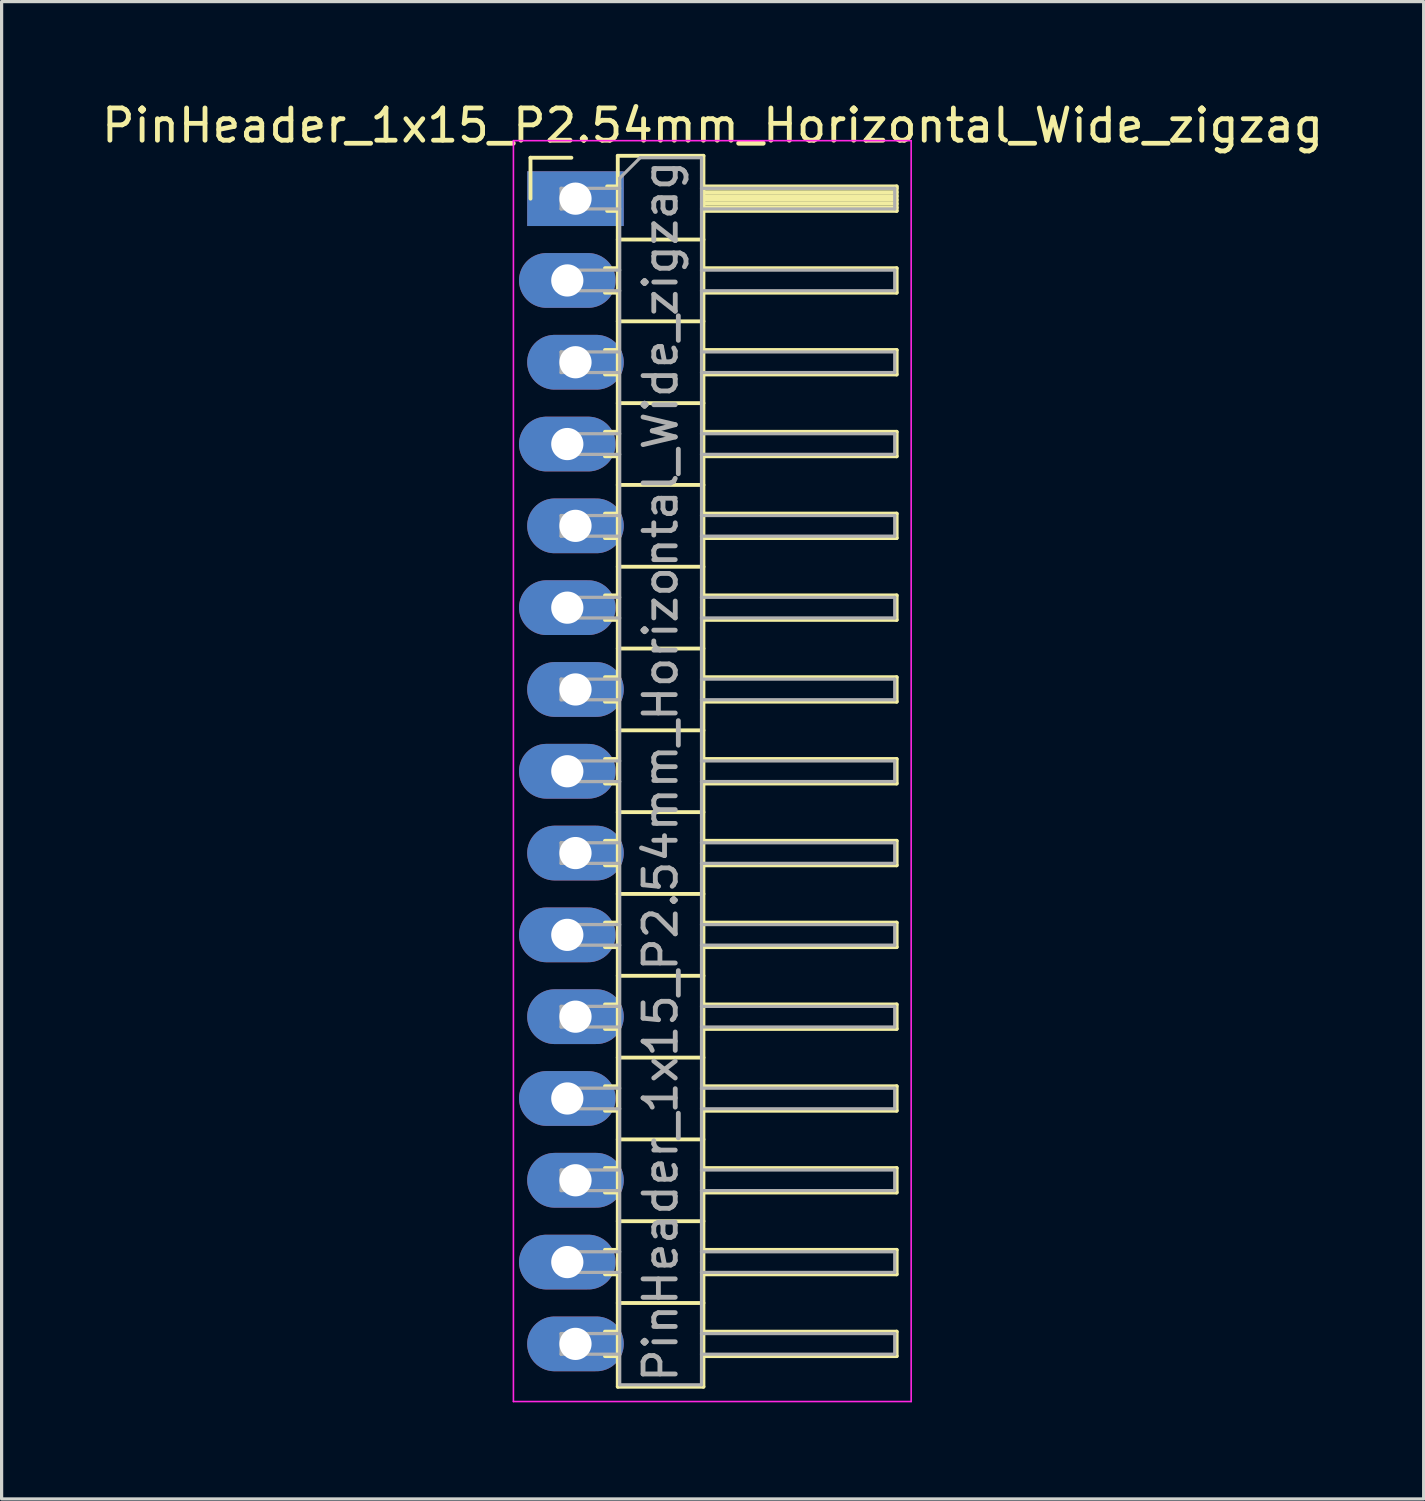
<source format=kicad_pcb>
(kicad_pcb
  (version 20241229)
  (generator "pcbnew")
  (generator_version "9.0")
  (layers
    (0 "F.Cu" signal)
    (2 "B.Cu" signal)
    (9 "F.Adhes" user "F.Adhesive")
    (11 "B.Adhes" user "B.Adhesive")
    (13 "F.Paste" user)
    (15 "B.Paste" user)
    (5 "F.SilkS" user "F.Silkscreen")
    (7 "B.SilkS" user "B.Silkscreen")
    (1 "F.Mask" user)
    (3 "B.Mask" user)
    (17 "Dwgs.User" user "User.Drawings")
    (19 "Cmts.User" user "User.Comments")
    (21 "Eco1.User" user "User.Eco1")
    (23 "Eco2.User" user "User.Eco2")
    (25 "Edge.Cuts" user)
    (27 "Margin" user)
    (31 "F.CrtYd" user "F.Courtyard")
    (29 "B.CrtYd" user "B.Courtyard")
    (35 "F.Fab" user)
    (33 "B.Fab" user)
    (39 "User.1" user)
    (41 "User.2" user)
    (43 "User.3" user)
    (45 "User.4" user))
  (footprint "PinHeader_1x15_P2.54mm_Horizontal_Wide_zigzag"
    (layer "F.Cu")
    (at 14.692 3.118)
    (property "Reference" "PinHeader_1x15_P2.54mm_Horizontal_Wide_zigzag" (at 4.385 -2.27 0) (layer "F.SilkS") (effects (font (size 1 1) (thickness 0.15))))
    (attr through_hole)
    (fp_line (start -1.27 -1.27) (end 0 -1.27) (stroke (width 0.12) (type solid)) (layer "F.SilkS"))
    (fp_line (start -1.27 0) (end -1.27 -1.27) (stroke (width 0.12) (type solid)) (layer "F.SilkS"))
    (fp_line (start 1.043 2.16) (end 1.44 2.16) (stroke (width 0.12) (type solid)) (layer "F.SilkS"))
    (fp_line (start 1.043 2.92) (end 1.44 2.92) (stroke (width 0.12) (type solid)) (layer "F.SilkS"))
    (fp_line (start 1.043 4.7) (end 1.44 4.7) (stroke (width 0.12) (type solid)) (layer "F.SilkS"))
    (fp_line (start 1.043 5.46) (end 1.44 5.46) (stroke (width 0.12) (type solid)) (layer "F.SilkS"))
    (fp_line (start 1.043 7.24) (end 1.44 7.24) (stroke (width 0.12) (type solid)) (layer "F.SilkS"))
    (fp_line (start 1.043 8) (end 1.44 8) (stroke (width 0.12) (type solid)) (layer "F.SilkS"))
    (fp_line (start 1.043 9.78) (end 1.44 9.78) (stroke (width 0.12) (type solid)) (layer "F.SilkS"))
    (fp_line (start 1.043 10.54) (end 1.44 10.54) (stroke (width 0.12) (type solid)) (layer "F.SilkS"))
    (fp_line (start 1.043 12.32) (end 1.44 12.32) (stroke (width 0.12) (type solid)) (layer "F.SilkS"))
    (fp_line (start 1.043 13.08) (end 1.44 13.08) (stroke (width 0.12) (type solid)) (layer "F.SilkS"))
    (fp_line (start 1.043 14.86) (end 1.44 14.86) (stroke (width 0.12) (type solid)) (layer "F.SilkS"))
    (fp_line (start 1.043 15.62) (end 1.44 15.62) (stroke (width 0.12) (type solid)) (layer "F.SilkS"))
    (fp_line (start 1.043 17.4) (end 1.44 17.4) (stroke (width 0.12) (type solid)) (layer "F.SilkS"))
    (fp_line (start 1.043 18.16) (end 1.44 18.16) (stroke (width 0.12) (type solid)) (layer "F.SilkS"))
    (fp_line (start 1.043 19.94) (end 1.44 19.94) (stroke (width 0.12) (type solid)) (layer "F.SilkS"))
    (fp_line (start 1.043 20.7) (end 1.44 20.7) (stroke (width 0.12) (type solid)) (layer "F.SilkS"))
    (fp_line (start 1.043 22.48) (end 1.44 22.48) (stroke (width 0.12) (type solid)) (layer "F.SilkS"))
    (fp_line (start 1.043 23.24) (end 1.44 23.24) (stroke (width 0.12) (type solid)) (layer "F.SilkS"))
    (fp_line (start 1.043 25.02) (end 1.44 25.02) (stroke (width 0.12) (type solid)) (layer "F.SilkS"))
    (fp_line (start 1.043 25.78) (end 1.44 25.78) (stroke (width 0.12) (type solid)) (layer "F.SilkS"))
    (fp_line (start 1.043 27.56) (end 1.44 27.56) (stroke (width 0.12) (type solid)) (layer "F.SilkS"))
    (fp_line (start 1.043 28.32) (end 1.44 28.32) (stroke (width 0.12) (type solid)) (layer "F.SilkS"))
    (fp_line (start 1.043 30.1) (end 1.44 30.1) (stroke (width 0.12) (type solid)) (layer "F.SilkS"))
    (fp_line (start 1.043 30.86) (end 1.44 30.86) (stroke (width 0.12) (type solid)) (layer "F.SilkS"))
    (fp_line (start 1.043 32.64) (end 1.44 32.64) (stroke (width 0.12) (type solid)) (layer "F.SilkS"))
    (fp_line (start 1.043 33.4) (end 1.44 33.4) (stroke (width 0.12) (type solid)) (layer "F.SilkS"))
    (fp_line (start 1.043 35.18) (end 1.44 35.18) (stroke (width 0.12) (type solid)) (layer "F.SilkS"))
    (fp_line (start 1.043 35.94) (end 1.44 35.94) (stroke (width 0.12) (type solid)) (layer "F.SilkS"))
    (fp_line (start 1.11 -0.38) (end 1.44 -0.38) (stroke (width 0.12) (type solid)) (layer "F.SilkS"))
    (fp_line (start 1.11 0.38) (end 1.44 0.38) (stroke (width 0.12) (type solid)) (layer "F.SilkS"))
    (fp_line (start 1.44 -1.33) (end 1.44 36.89) (stroke (width 0.12) (type solid)) (layer "F.SilkS"))
    (fp_line (start 1.44 1.27) (end 4.1 1.27) (stroke (width 0.12) (type solid)) (layer "F.SilkS"))
    (fp_line (start 1.44 3.81) (end 4.1 3.81) (stroke (width 0.12) (type solid)) (layer "F.SilkS"))
    (fp_line (start 1.44 6.35) (end 4.1 6.35) (stroke (width 0.12) (type solid)) (layer "F.SilkS"))
    (fp_line (start 1.44 8.89) (end 4.1 8.89) (stroke (width 0.12) (type solid)) (layer "F.SilkS"))
    (fp_line (start 1.44 11.43) (end 4.1 11.43) (stroke (width 0.12) (type solid)) (layer "F.SilkS"))
    (fp_line (start 1.44 13.97) (end 4.1 13.97) (stroke (width 0.12) (type solid)) (layer "F.SilkS"))
    (fp_line (start 1.44 16.51) (end 4.1 16.51) (stroke (width 0.12) (type solid)) (layer "F.SilkS"))
    (fp_line (start 1.44 19.05) (end 4.1 19.05) (stroke (width 0.12) (type solid)) (layer "F.SilkS"))
    (fp_line (start 1.44 21.59) (end 4.1 21.59) (stroke (width 0.12) (type solid)) (layer "F.SilkS"))
    (fp_line (start 1.44 24.13) (end 4.1 24.13) (stroke (width 0.12) (type solid)) (layer "F.SilkS"))
    (fp_line (start 1.44 26.67) (end 4.1 26.67) (stroke (width 0.12) (type solid)) (layer "F.SilkS"))
    (fp_line (start 1.44 29.21) (end 4.1 29.21) (stroke (width 0.12) (type solid)) (layer "F.SilkS"))
    (fp_line (start 1.44 31.75) (end 4.1 31.75) (stroke (width 0.12) (type solid)) (layer "F.SilkS"))
    (fp_line (start 1.44 34.29) (end 4.1 34.29) (stroke (width 0.12) (type solid)) (layer "F.SilkS"))
    (fp_line (start 1.44 36.89) (end 4.1 36.89) (stroke (width 0.12) (type solid)) (layer "F.SilkS"))
    (fp_line (start 4.1 -1.33) (end 1.44 -1.33) (stroke (width 0.12) (type solid)) (layer "F.SilkS"))
    (fp_line (start 4.1 -0.38) (end 10.1 -0.38) (stroke (width 0.12) (type solid)) (layer "F.SilkS"))
    (fp_line (start 4.1 -0.32) (end 10.1 -0.32) (stroke (width 0.12) (type solid)) (layer "F.SilkS"))
    (fp_line (start 4.1 -0.2) (end 10.1 -0.2) (stroke (width 0.12) (type solid)) (layer "F.SilkS"))
    (fp_line (start 4.1 -0.08) (end 10.1 -0.08) (stroke (width 0.12) (type solid)) (layer "F.SilkS"))
    (fp_line (start 4.1 0.04) (end 10.1 0.04) (stroke (width 0.12) (type solid)) (layer "F.SilkS"))
    (fp_line (start 4.1 0.16) (end 10.1 0.16) (stroke (width 0.12) (type solid)) (layer "F.SilkS"))
    (fp_line (start 4.1 0.28) (end 10.1 0.28) (stroke (width 0.12) (type solid)) (layer "F.SilkS"))
    (fp_line (start 4.1 2.16) (end 10.1 2.16) (stroke (width 0.12) (type solid)) (layer "F.SilkS"))
    (fp_line (start 4.1 4.7) (end 10.1 4.7) (stroke (width 0.12) (type solid)) (layer "F.SilkS"))
    (fp_line (start 4.1 7.24) (end 10.1 7.24) (stroke (width 0.12) (type solid)) (layer "F.SilkS"))
    (fp_line (start 4.1 9.78) (end 10.1 9.78) (stroke (width 0.12) (type solid)) (layer "F.SilkS"))
    (fp_line (start 4.1 12.32) (end 10.1 12.32) (stroke (width 0.12) (type solid)) (layer "F.SilkS"))
    (fp_line (start 4.1 14.86) (end 10.1 14.86) (stroke (width 0.12) (type solid)) (layer "F.SilkS"))
    (fp_line (start 4.1 17.4) (end 10.1 17.4) (stroke (width 0.12) (type solid)) (layer "F.SilkS"))
    (fp_line (start 4.1 19.94) (end 10.1 19.94) (stroke (width 0.12) (type solid)) (layer "F.SilkS"))
    (fp_line (start 4.1 22.48) (end 10.1 22.48) (stroke (width 0.12) (type solid)) (layer "F.SilkS"))
    (fp_line (start 4.1 25.02) (end 10.1 25.02) (stroke (width 0.12) (type solid)) (layer "F.SilkS"))
    (fp_line (start 4.1 27.56) (end 10.1 27.56) (stroke (width 0.12) (type solid)) (layer "F.SilkS"))
    (fp_line (start 4.1 30.1) (end 10.1 30.1) (stroke (width 0.12) (type solid)) (layer "F.SilkS"))
    (fp_line (start 4.1 32.64) (end 10.1 32.64) (stroke (width 0.12) (type solid)) (layer "F.SilkS"))
    (fp_line (start 4.1 35.18) (end 10.1 35.18) (stroke (width 0.12) (type solid)) (layer "F.SilkS"))
    (fp_line (start 4.1 36.89) (end 4.1 -1.33) (stroke (width 0.12) (type solid)) (layer "F.SilkS"))
    (fp_line (start 10.1 -0.38) (end 10.1 0.38) (stroke (width 0.12) (type solid)) (layer "F.SilkS"))
    (fp_line (start 10.1 0.38) (end 4.1 0.38) (stroke (width 0.12) (type solid)) (layer "F.SilkS"))
    (fp_line (start 10.1 2.16) (end 10.1 2.92) (stroke (width 0.12) (type solid)) (layer "F.SilkS"))
    (fp_line (start 10.1 2.92) (end 4.1 2.92) (stroke (width 0.12) (type solid)) (layer "F.SilkS"))
    (fp_line (start 10.1 4.7) (end 10.1 5.46) (stroke (width 0.12) (type solid)) (layer "F.SilkS"))
    (fp_line (start 10.1 5.46) (end 4.1 5.46) (stroke (width 0.12) (type solid)) (layer "F.SilkS"))
    (fp_line (start 10.1 7.24) (end 10.1 8) (stroke (width 0.12) (type solid)) (layer "F.SilkS"))
    (fp_line (start 10.1 8) (end 4.1 8) (stroke (width 0.12) (type solid)) (layer "F.SilkS"))
    (fp_line (start 10.1 9.78) (end 10.1 10.54) (stroke (width 0.12) (type solid)) (layer "F.SilkS"))
    (fp_line (start 10.1 10.54) (end 4.1 10.54) (stroke (width 0.12) (type solid)) (layer "F.SilkS"))
    (fp_line (start 10.1 12.32) (end 10.1 13.08) (stroke (width 0.12) (type solid)) (layer "F.SilkS"))
    (fp_line (start 10.1 13.08) (end 4.1 13.08) (stroke (width 0.12) (type solid)) (layer "F.SilkS"))
    (fp_line (start 10.1 14.86) (end 10.1 15.62) (stroke (width 0.12) (type solid)) (layer "F.SilkS"))
    (fp_line (start 10.1 15.62) (end 4.1 15.62) (stroke (width 0.12) (type solid)) (layer "F.SilkS"))
    (fp_line (start 10.1 17.4) (end 10.1 18.16) (stroke (width 0.12) (type solid)) (layer "F.SilkS"))
    (fp_line (start 10.1 18.16) (end 4.1 18.16) (stroke (width 0.12) (type solid)) (layer "F.SilkS"))
    (fp_line (start 10.1 19.94) (end 10.1 20.7) (stroke (width 0.12) (type solid)) (layer "F.SilkS"))
    (fp_line (start 10.1 20.7) (end 4.1 20.7) (stroke (width 0.12) (type solid)) (layer "F.SilkS"))
    (fp_line (start 10.1 22.48) (end 10.1 23.24) (stroke (width 0.12) (type solid)) (layer "F.SilkS"))
    (fp_line (start 10.1 23.24) (end 4.1 23.24) (stroke (width 0.12) (type solid)) (layer "F.SilkS"))
    (fp_line (start 10.1 25.02) (end 10.1 25.78) (stroke (width 0.12) (type solid)) (layer "F.SilkS"))
    (fp_line (start 10.1 25.78) (end 4.1 25.78) (stroke (width 0.12) (type solid)) (layer "F.SilkS"))
    (fp_line (start 10.1 27.56) (end 10.1 28.32) (stroke (width 0.12) (type solid)) (layer "F.SilkS"))
    (fp_line (start 10.1 28.32) (end 4.1 28.32) (stroke (width 0.12) (type solid)) (layer "F.SilkS"))
    (fp_line (start 10.1 30.1) (end 10.1 30.86) (stroke (width 0.12) (type solid)) (layer "F.SilkS"))
    (fp_line (start 10.1 30.86) (end 4.1 30.86) (stroke (width 0.12) (type solid)) (layer "F.SilkS"))
    (fp_line (start 10.1 32.64) (end 10.1 33.4) (stroke (width 0.12) (type solid)) (layer "F.SilkS"))
    (fp_line (start 10.1 33.4) (end 4.1 33.4) (stroke (width 0.12) (type solid)) (layer "F.SilkS"))
    (fp_line (start 10.1 35.18) (end 10.1 35.94) (stroke (width 0.12) (type solid)) (layer "F.SilkS"))
    (fp_line (start 10.1 35.94) (end 4.1 35.94) (stroke (width 0.12) (type solid)) (layer "F.SilkS"))
    (fp_line (start -1.8 -1.8) (end -1.8 37.35) (stroke (width 0.05) (type solid)) (layer "F.CrtYd"))
    (fp_line (start -1.8 37.35) (end 10.55 37.35) (stroke (width 0.05) (type solid)) (layer "F.CrtYd"))
    (fp_line (start 10.55 -1.8) (end -1.8 -1.8) (stroke (width 0.05) (type solid)) (layer "F.CrtYd"))
    (fp_line (start 10.55 37.35) (end 10.55 -1.8) (stroke (width 0.05) (type solid)) (layer "F.CrtYd"))
    (fp_line (start -0.32 -0.32) (end -0.32 0.32) (stroke (width 0.1) (type solid)) (layer "F.Fab"))
    (fp_line (start -0.32 -0.32) (end 1.5 -0.32) (stroke (width 0.1) (type solid)) (layer "F.Fab"))
    (fp_line (start -0.32 0.32) (end 1.5 0.32) (stroke (width 0.1) (type solid)) (layer "F.Fab"))
    (fp_line (start -0.32 2.22) (end -0.32 2.86) (stroke (width 0.1) (type solid)) (layer "F.Fab"))
    (fp_line (start -0.32 2.22) (end 1.5 2.22) (stroke (width 0.1) (type solid)) (layer "F.Fab"))
    (fp_line (start -0.32 2.86) (end 1.5 2.86) (stroke (width 0.1) (type solid)) (layer "F.Fab"))
    (fp_line (start -0.32 4.76) (end -0.32 5.4) (stroke (width 0.1) (type solid)) (layer "F.Fab"))
    (fp_line (start -0.32 4.76) (end 1.5 4.76) (stroke (width 0.1) (type solid)) (layer "F.Fab"))
    (fp_line (start -0.32 5.4) (end 1.5 5.4) (stroke (width 0.1) (type solid)) (layer "F.Fab"))
    (fp_line (start -0.32 7.3) (end -0.32 7.94) (stroke (width 0.1) (type solid)) (layer "F.Fab"))
    (fp_line (start -0.32 7.3) (end 1.5 7.3) (stroke (width 0.1) (type solid)) (layer "F.Fab"))
    (fp_line (start -0.32 7.94) (end 1.5 7.94) (stroke (width 0.1) (type solid)) (layer "F.Fab"))
    (fp_line (start -0.32 9.84) (end -0.32 10.48) (stroke (width 0.1) (type solid)) (layer "F.Fab"))
    (fp_line (start -0.32 9.84) (end 1.5 9.84) (stroke (width 0.1) (type solid)) (layer "F.Fab"))
    (fp_line (start -0.32 10.48) (end 1.5 10.48) (stroke (width 0.1) (type solid)) (layer "F.Fab"))
    (fp_line (start -0.32 12.38) (end -0.32 13.02) (stroke (width 0.1) (type solid)) (layer "F.Fab"))
    (fp_line (start -0.32 12.38) (end 1.5 12.38) (stroke (width 0.1) (type solid)) (layer "F.Fab"))
    (fp_line (start -0.32 13.02) (end 1.5 13.02) (stroke (width 0.1) (type solid)) (layer "F.Fab"))
    (fp_line (start -0.32 14.92) (end -0.32 15.56) (stroke (width 0.1) (type solid)) (layer "F.Fab"))
    (fp_line (start -0.32 14.92) (end 1.5 14.92) (stroke (width 0.1) (type solid)) (layer "F.Fab"))
    (fp_line (start -0.32 15.56) (end 1.5 15.56) (stroke (width 0.1) (type solid)) (layer "F.Fab"))
    (fp_line (start -0.32 17.46) (end -0.32 18.1) (stroke (width 0.1) (type solid)) (layer "F.Fab"))
    (fp_line (start -0.32 17.46) (end 1.5 17.46) (stroke (width 0.1) (type solid)) (layer "F.Fab"))
    (fp_line (start -0.32 18.1) (end 1.5 18.1) (stroke (width 0.1) (type solid)) (layer "F.Fab"))
    (fp_line (start -0.32 20) (end -0.32 20.64) (stroke (width 0.1) (type solid)) (layer "F.Fab"))
    (fp_line (start -0.32 20) (end 1.5 20) (stroke (width 0.1) (type solid)) (layer "F.Fab"))
    (fp_line (start -0.32 20.64) (end 1.5 20.64) (stroke (width 0.1) (type solid)) (layer "F.Fab"))
    (fp_line (start -0.32 22.54) (end -0.32 23.18) (stroke (width 0.1) (type solid)) (layer "F.Fab"))
    (fp_line (start -0.32 22.54) (end 1.5 22.54) (stroke (width 0.1) (type solid)) (layer "F.Fab"))
    (fp_line (start -0.32 23.18) (end 1.5 23.18) (stroke (width 0.1) (type solid)) (layer "F.Fab"))
    (fp_line (start -0.32 25.08) (end -0.32 25.72) (stroke (width 0.1) (type solid)) (layer "F.Fab"))
    (fp_line (start -0.32 25.08) (end 1.5 25.08) (stroke (width 0.1) (type solid)) (layer "F.Fab"))
    (fp_line (start -0.32 25.72) (end 1.5 25.72) (stroke (width 0.1) (type solid)) (layer "F.Fab"))
    (fp_line (start -0.32 27.62) (end -0.32 28.26) (stroke (width 0.1) (type solid)) (layer "F.Fab"))
    (fp_line (start -0.32 27.62) (end 1.5 27.62) (stroke (width 0.1) (type solid)) (layer "F.Fab"))
    (fp_line (start -0.32 28.26) (end 1.5 28.26) (stroke (width 0.1) (type solid)) (layer "F.Fab"))
    (fp_line (start -0.32 30.16) (end -0.32 30.8) (stroke (width 0.1) (type solid)) (layer "F.Fab"))
    (fp_line (start -0.32 30.16) (end 1.5 30.16) (stroke (width 0.1) (type solid)) (layer "F.Fab"))
    (fp_line (start -0.32 30.8) (end 1.5 30.8) (stroke (width 0.1) (type solid)) (layer "F.Fab"))
    (fp_line (start -0.32 32.7) (end -0.32 33.34) (stroke (width 0.1) (type solid)) (layer "F.Fab"))
    (fp_line (start -0.32 32.7) (end 1.5 32.7) (stroke (width 0.1) (type solid)) (layer "F.Fab"))
    (fp_line (start -0.32 33.34) (end 1.5 33.34) (stroke (width 0.1) (type solid)) (layer "F.Fab"))
    (fp_line (start -0.32 35.24) (end -0.32 35.88) (stroke (width 0.1) (type solid)) (layer "F.Fab"))
    (fp_line (start -0.32 35.24) (end 1.5 35.24) (stroke (width 0.1) (type solid)) (layer "F.Fab"))
    (fp_line (start -0.32 35.88) (end 1.5 35.88) (stroke (width 0.1) (type solid)) (layer "F.Fab"))
    (fp_line (start 1.5 -0.635) (end 2.135 -1.27) (stroke (width 0.1) (type solid)) (layer "F.Fab"))
    (fp_line (start 1.5 36.83) (end 1.5 -0.635) (stroke (width 0.1) (type solid)) (layer "F.Fab"))
    (fp_line (start 2.135 -1.27) (end 4.04 -1.27) (stroke (width 0.1) (type solid)) (layer "F.Fab"))
    (fp_line (start 4.04 -1.27) (end 4.04 36.83) (stroke (width 0.1) (type solid)) (layer "F.Fab"))
    (fp_line (start 4.04 -0.32) (end 10.04 -0.32) (stroke (width 0.1) (type solid)) (layer "F.Fab"))
    (fp_line (start 4.04 0.32) (end 10.04 0.32) (stroke (width 0.1) (type solid)) (layer "F.Fab"))
    (fp_line (start 4.04 2.22) (end 10.04 2.22) (stroke (width 0.1) (type solid)) (layer "F.Fab"))
    (fp_line (start 4.04 2.86) (end 10.04 2.86) (stroke (width 0.1) (type solid)) (layer "F.Fab"))
    (fp_line (start 4.04 4.76) (end 10.04 4.76) (stroke (width 0.1) (type solid)) (layer "F.Fab"))
    (fp_line (start 4.04 5.4) (end 10.04 5.4) (stroke (width 0.1) (type solid)) (layer "F.Fab"))
    (fp_line (start 4.04 7.3) (end 10.04 7.3) (stroke (width 0.1) (type solid)) (layer "F.Fab"))
    (fp_line (start 4.04 7.94) (end 10.04 7.94) (stroke (width 0.1) (type solid)) (layer "F.Fab"))
    (fp_line (start 4.04 9.84) (end 10.04 9.84) (stroke (width 0.1) (type solid)) (layer "F.Fab"))
    (fp_line (start 4.04 10.48) (end 10.04 10.48) (stroke (width 0.1) (type solid)) (layer "F.Fab"))
    (fp_line (start 4.04 12.38) (end 10.04 12.38) (stroke (width 0.1) (type solid)) (layer "F.Fab"))
    (fp_line (start 4.04 13.02) (end 10.04 13.02) (stroke (width 0.1) (type solid)) (layer "F.Fab"))
    (fp_line (start 4.04 14.92) (end 10.04 14.92) (stroke (width 0.1) (type solid)) (layer "F.Fab"))
    (fp_line (start 4.04 15.56) (end 10.04 15.56) (stroke (width 0.1) (type solid)) (layer "F.Fab"))
    (fp_line (start 4.04 17.46) (end 10.04 17.46) (stroke (width 0.1) (type solid)) (layer "F.Fab"))
    (fp_line (start 4.04 18.1) (end 10.04 18.1) (stroke (width 0.1) (type solid)) (layer "F.Fab"))
    (fp_line (start 4.04 20) (end 10.04 20) (stroke (width 0.1) (type solid)) (layer "F.Fab"))
    (fp_line (start 4.04 20.64) (end 10.04 20.64) (stroke (width 0.1) (type solid)) (layer "F.Fab"))
    (fp_line (start 4.04 22.54) (end 10.04 22.54) (stroke (width 0.1) (type solid)) (layer "F.Fab"))
    (fp_line (start 4.04 23.18) (end 10.04 23.18) (stroke (width 0.1) (type solid)) (layer "F.Fab"))
    (fp_line (start 4.04 25.08) (end 10.04 25.08) (stroke (width 0.1) (type solid)) (layer "F.Fab"))
    (fp_line (start 4.04 25.72) (end 10.04 25.72) (stroke (width 0.1) (type solid)) (layer "F.Fab"))
    (fp_line (start 4.04 27.62) (end 10.04 27.62) (stroke (width 0.1) (type solid)) (layer "F.Fab"))
    (fp_line (start 4.04 28.26) (end 10.04 28.26) (stroke (width 0.1) (type solid)) (layer "F.Fab"))
    (fp_line (start 4.04 30.16) (end 10.04 30.16) (stroke (width 0.1) (type solid)) (layer "F.Fab"))
    (fp_line (start 4.04 30.8) (end 10.04 30.8) (stroke (width 0.1) (type solid)) (layer "F.Fab"))
    (fp_line (start 4.04 32.7) (end 10.04 32.7) (stroke (width 0.1) (type solid)) (layer "F.Fab"))
    (fp_line (start 4.04 33.34) (end 10.04 33.34) (stroke (width 0.1) (type solid)) (layer "F.Fab"))
    (fp_line (start 4.04 35.24) (end 10.04 35.24) (stroke (width 0.1) (type solid)) (layer "F.Fab"))
    (fp_line (start 4.04 35.88) (end 10.04 35.88) (stroke (width 0.1) (type solid)) (layer "F.Fab"))
    (fp_line (start 4.04 36.83) (end 1.5 36.83) (stroke (width 0.1) (type solid)) (layer "F.Fab"))
    (fp_line (start 10.04 -0.32) (end 10.04 0.32) (stroke (width 0.1) (type solid)) (layer "F.Fab"))
    (fp_line (start 10.04 2.22) (end 10.04 2.86) (stroke (width 0.1) (type solid)) (layer "F.Fab"))
    (fp_line (start 10.04 4.76) (end 10.04 5.4) (stroke (width 0.1) (type solid)) (layer "F.Fab"))
    (fp_line (start 10.04 7.3) (end 10.04 7.94) (stroke (width 0.1) (type solid)) (layer "F.Fab"))
    (fp_line (start 10.04 9.84) (end 10.04 10.48) (stroke (width 0.1) (type solid)) (layer "F.Fab"))
    (fp_line (start 10.04 12.38) (end 10.04 13.02) (stroke (width 0.1) (type solid)) (layer "F.Fab"))
    (fp_line (start 10.04 14.92) (end 10.04 15.56) (stroke (width 0.1) (type solid)) (layer "F.Fab"))
    (fp_line (start 10.04 17.46) (end 10.04 18.1) (stroke (width 0.1) (type solid)) (layer "F.Fab"))
    (fp_line (start 10.04 20) (end 10.04 20.64) (stroke (width 0.1) (type solid)) (layer "F.Fab"))
    (fp_line (start 10.04 22.54) (end 10.04 23.18) (stroke (width 0.1) (type solid)) (layer "F.Fab"))
    (fp_line (start 10.04 25.08) (end 10.04 25.72) (stroke (width 0.1) (type solid)) (layer "F.Fab"))
    (fp_line (start 10.04 27.62) (end 10.04 28.26) (stroke (width 0.1) (type solid)) (layer "F.Fab"))
    (fp_line (start 10.04 30.16) (end 10.04 30.8) (stroke (width 0.1) (type solid)) (layer "F.Fab"))
    (fp_line (start 10.04 32.7) (end 10.04 33.34) (stroke (width 0.1) (type solid)) (layer "F.Fab"))
    (fp_line (start 10.04 35.24) (end 10.04 35.88) (stroke (width 0.1) (type solid)) (layer "F.Fab"))
    (fp_text user "${REFERENCE}" (at 2.77 17.78 90) (layer "F.Fab") (effects (font (size 1 1) (thickness 0.15))))
    (pad "1" thru_hole rect (at 0.127 0) (size 3 1.7) (drill 1) (layers "*.Cu" "*.Mask"))
    (pad "2" thru_hole oval (at -0.127 2.54) (size 3 1.7) (drill 1) (layers "*.Cu" "*.Mask"))
    (pad "3" thru_hole oval (at 0.127 5.08) (size 3 1.7) (drill 1) (layers "*.Cu" "*.Mask"))
    (pad "4" thru_hole oval (at -0.127 7.62) (size 3 1.7) (drill 1) (layers "*.Cu" "*.Mask"))
    (pad "5" thru_hole oval (at 0.127 10.16) (size 3 1.7) (drill 1) (layers "*.Cu" "*.Mask"))
    (pad "6" thru_hole oval (at -0.127 12.7) (size 3 1.7) (drill 1) (layers "*.Cu" "*.Mask"))
    (pad "7" thru_hole oval (at 0.127 15.24) (size 3 1.7) (drill 1) (layers "*.Cu" "*.Mask"))
    (pad "8" thru_hole oval (at -0.127 17.78) (size 3 1.7) (drill 1) (layers "*.Cu" "*.Mask"))
    (pad "9" thru_hole oval (at 0.127 20.32) (size 3 1.7) (drill 1) (layers "*.Cu" "*.Mask"))
    (pad "10" thru_hole oval (at -0.127 22.86) (size 3 1.7) (drill 1) (layers "*.Cu" "*.Mask"))
    (pad "11" thru_hole oval (at 0.127 25.4) (size 3 1.7) (drill 1) (layers "*.Cu" "*.Mask"))
    (pad "12" thru_hole oval (at -0.127 27.94) (size 3 1.7) (drill 1) (layers "*.Cu" "*.Mask"))
    (pad "13" thru_hole oval (at 0.127 30.48) (size 3 1.7) (drill 1) (layers "*.Cu" "*.Mask"))
    (pad "14" thru_hole oval (at -0.127 33.02) (size 3 1.7) (drill 1) (layers "*.Cu" "*.Mask"))
    (pad "15" thru_hole oval (at 0.127 35.56) (size 3 1.7) (drill 1) (layers "*.Cu" "*.Mask")))
  (gr_rect
    (start -3 -3)
    (end 41.155 43.493)
    (stroke (width 0.1) (type default))
    (fill no)
    (layer "Edge.Cuts")))
</source>
